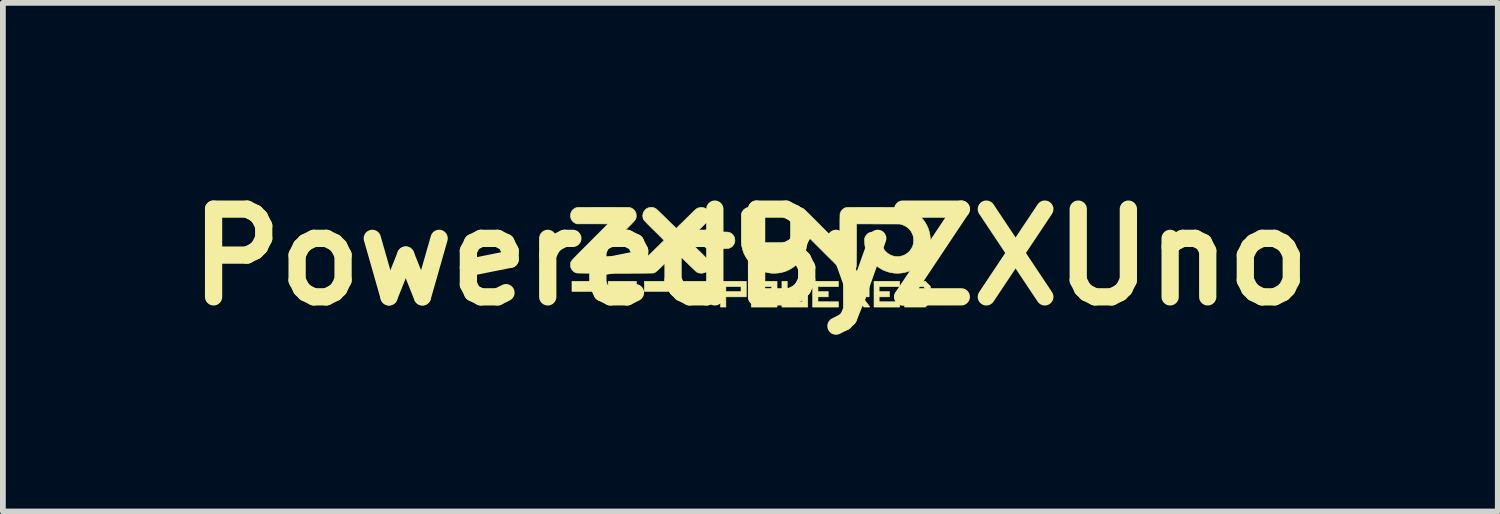
<source format=kicad_pcb>
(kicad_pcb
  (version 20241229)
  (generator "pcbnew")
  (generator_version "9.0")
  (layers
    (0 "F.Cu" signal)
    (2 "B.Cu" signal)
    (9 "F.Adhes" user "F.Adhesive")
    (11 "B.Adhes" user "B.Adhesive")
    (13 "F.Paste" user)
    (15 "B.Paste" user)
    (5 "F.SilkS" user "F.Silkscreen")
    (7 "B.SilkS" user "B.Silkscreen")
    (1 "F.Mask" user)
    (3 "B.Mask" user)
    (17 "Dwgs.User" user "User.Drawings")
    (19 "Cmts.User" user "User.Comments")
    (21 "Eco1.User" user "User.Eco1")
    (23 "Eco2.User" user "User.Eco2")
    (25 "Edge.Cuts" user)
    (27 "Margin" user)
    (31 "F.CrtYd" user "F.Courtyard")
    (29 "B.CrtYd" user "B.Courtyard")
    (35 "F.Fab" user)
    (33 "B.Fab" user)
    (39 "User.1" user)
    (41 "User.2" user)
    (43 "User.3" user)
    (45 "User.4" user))
  (footprint "PoweredByZXUno"
    (layer "F.Cu")
    (at 9.986 1.418)
    (property "Reference" "PoweredByZXUno" (at 0 0 0) (layer "F.SilkS") (effects (font (size 1.524 1.524) (thickness 0.3))))
    (attr through_hole)
    (fp_poly (pts (xy -2.61 0.594) (xy -3.099 0.594) (xy -3.099 0.419) (xy -2.61 0.419) (xy -2.61 0.594)) (stroke (width 0.01) (type solid)) (fill yes) (layer "F.SilkS"))
    (fp_poly (pts (xy -1.981 0.594) (xy -2.47 0.594) (xy -2.47 0.419) (xy -1.981 0.419) (xy -1.981 0.594)) (stroke (width 0.01) (type solid)) (fill yes) (layer "F.SilkS"))
    (fp_poly (pts (xy -1.353 0.594) (xy -1.841 0.594) (xy -1.841 0.419) (xy -1.353 0.419) (xy -1.353 0.594)) (stroke (width 0.01) (type solid)) (fill yes) (layer "F.SilkS"))
    (fp_poly (pts (xy -0.724 0.594) (xy -1.213 0.594) (xy -1.213 0.419) (xy -0.724 0.419) (xy -0.724 0.594)) (stroke (width 0.01) (type solid)) (fill yes) (layer "F.SilkS"))
    (fp_poly (pts (xy 0.464 0.867) (xy 0.016 0.867) (xy 0.016 0.511) (xy 0.108 0.511) (xy 0.108 0.775) (xy 0.371 0.775) (xy 0.371 0.511) (xy 0.108 0.511) (xy 0.016 0.511) (xy 0.016 0.419) (xy 0.464 0.419) (xy 0.464 0.867)) (stroke (width 0.01) (type solid)) (fill yes) (layer "F.SilkS"))
    (fp_poly (pts (xy 0.641 0.775) (xy 0.727 0.775) (xy 0.727 0.603) (xy 0.819 0.603) (xy 0.819 0.775) (xy 0.905 0.775) (xy 0.905 0.419) (xy 0.997 0.419) (xy 0.997 0.867) (xy 0.549 0.867) (xy 0.549 0.419) (xy 0.641 0.419) (xy 0.641 0.775)) (stroke (width 0.01) (type solid)) (fill yes) (layer "F.SilkS"))
    (fp_poly (pts (xy 1.53 0.511) (xy 1.175 0.511) (xy 1.175 0.597) (xy 1.353 0.597) (xy 1.353 0.689) (xy 1.175 0.689) (xy 1.175 0.775) (xy 1.53 0.775) (xy 1.53 0.867) (xy 1.083 0.867) (xy 1.083 0.419) (xy 1.53 0.419) (xy 1.53 0.511)) (stroke (width 0.01) (type solid)) (fill yes) (layer "F.SilkS"))
    (fp_poly (pts (xy 2.594 0.511) (xy 2.238 0.511) (xy 2.238 0.597) (xy 2.416 0.597) (xy 2.416 0.689) (xy 2.238 0.689) (xy 2.238 0.775) (xy 2.594 0.775) (xy 2.594 0.867) (xy 2.149 0.867) (xy 2.149 0.419) (xy 2.594 0.419) (xy 2.594 0.511)) (stroke (width 0.01) (type solid)) (fill yes) (layer "F.SilkS"))
    (fp_poly (pts (xy -0.07 0.689) (xy -0.425 0.689) (xy -0.425 0.867) (xy -0.518 0.867) (xy -0.518 0.511) (xy -0.425 0.511) (xy -0.425 0.597) (xy -0.162 0.597) (xy -0.162 0.511) (xy -0.425 0.511) (xy -0.518 0.511) (xy -0.518 0.419) (xy -0.07 0.419) (xy -0.07 0.689)) (stroke (width 0.01) (type solid)) (fill yes) (layer "F.SilkS"))
    (fp_poly (pts (xy 3.127 0.506) (xy 3.127 0.775) (xy 3.04 0.867) (xy 2.68 0.867) (xy 2.68 0.511) (xy 2.772 0.511) (xy 2.772 0.775) (xy 3.004 0.775) (xy 3.021 0.76) (xy 3.038 0.745) (xy 3.038 0.643) (xy 3.038 0.542) (xy 3.009 0.511) (xy 2.772 0.511) (xy 2.68 0.511) (xy 2.68 0.419) (xy 3.04 0.419) (xy 3.127 0.506)) (stroke (width 0.01) (type solid)) (fill yes) (layer "F.SilkS"))
    (fp_poly (pts (xy 2.064 0.689) (xy 1.946 0.691) (xy 2.011 0.777) (xy 2.026 0.798) (xy 2.041 0.816) (xy 2.053 0.833) (xy 2.063 0.847) (xy 2.071 0.857) (xy 2.075 0.864) (xy 2.076 0.865) (xy 2.073 0.866) (xy 2.065 0.866) (xy 2.053 0.867) (xy 2.037 0.867) (xy 2.024 0.867) (xy 1.972 0.867) (xy 1.909 0.779) (xy 1.846 0.691) (xy 1.777 0.69) (xy 1.708 0.689) (xy 1.708 0.867) (xy 1.616 0.867) (xy 1.616 0.511) (xy 1.708 0.511) (xy 1.708 0.597) (xy 1.972 0.597) (xy 1.972 0.511) (xy 1.708 0.511) (xy 1.616 0.511) (xy 1.616 0.419) (xy 2.064 0.419) (xy 2.064 0.689)) (stroke (width 0.01) (type solid)) (fill yes) (layer "F.SilkS"))
    (fp_poly (pts (xy -0.516 -0.438) (xy -0.485 -0.438) (xy -0.459 -0.438) (xy -0.437 -0.437) (xy -0.42 -0.437) (xy -0.406 -0.436) (xy -0.396 -0.436) (xy -0.387 -0.435) (xy -0.381 -0.434) (xy -0.378 -0.433) (xy -0.35 -0.424) (xy -0.325 -0.409) (xy -0.304 -0.389) (xy -0.287 -0.366) (xy -0.275 -0.339) (xy -0.27 -0.315) (xy -0.268 -0.287) (xy -0.272 -0.259) (xy -0.281 -0.232) (xy -0.296 -0.208) (xy -0.314 -0.187) (xy -0.336 -0.17) (xy -0.362 -0.158) (xy -0.378 -0.153) (xy -0.385 -0.152) (xy -0.397 -0.151) (xy -0.415 -0.151) (xy -0.438 -0.15) (xy -0.465 -0.15) (xy -0.497 -0.15) (xy -0.533 -0.149) (xy -0.557 -0.149) (xy -0.594 -0.15) (xy -0.625 -0.15) (xy -0.651 -0.15) (xy -0.673 -0.15) (xy -0.69 -0.15) (xy -0.704 -0.151) (xy -0.714 -0.151) (xy -0.723 -0.152) (xy -0.729 -0.153) (xy -0.735 -0.154) (xy -0.739 -0.155) (xy -0.74 -0.155) (xy -0.764 -0.165) (xy -0.785 -0.178) (xy -0.802 -0.194) (xy -0.821 -0.218) (xy -0.833 -0.244) (xy -0.84 -0.273) (xy -0.841 -0.292) (xy -0.838 -0.322) (xy -0.83 -0.35) (xy -0.816 -0.375) (xy -0.798 -0.397) (xy -0.775 -0.415) (xy -0.764 -0.421) (xy -0.75 -0.427) (xy -0.736 -0.432) (xy -0.724 -0.435) (xy -0.724 -0.435) (xy -0.717 -0.436) (xy -0.705 -0.436) (xy -0.687 -0.437) (xy -0.664 -0.437) (xy -0.638 -0.438) (xy -0.608 -0.438) (xy -0.576 -0.438) (xy -0.553 -0.438) (xy -0.516 -0.438)) (stroke (width 0.01) (type solid)) (fill yes) (layer "F.SilkS"))
    (fp_poly (pts (xy -2.505 -0.867) (xy -2.459 -0.867) (xy -2.413 -0.867) (xy -2.369 -0.867) (xy -2.326 -0.866) (xy -2.286 -0.866) (xy -2.249 -0.866) (xy -2.214 -0.866) (xy -2.184 -0.865) (xy -2.157 -0.865) (xy -2.135 -0.865) (xy -2.118 -0.864) (xy -2.106 -0.864) (xy -2.101 -0.864) (xy -2.072 -0.856) (xy -2.046 -0.842) (xy -2.023 -0.824) (xy -2.004 -0.801) (xy -2.003 -0.799) (xy -1.991 -0.776) (xy -1.984 -0.751) (xy -1.982 -0.723) (xy -1.982 -0.712) (xy -1.983 -0.697) (xy -1.985 -0.685) (xy -1.988 -0.674) (xy -1.994 -0.661) (xy -1.995 -0.658) (xy -1.997 -0.655) (xy -1.999 -0.651) (xy -2.001 -0.647) (xy -2.004 -0.643) (xy -2.008 -0.638) (xy -2.013 -0.633) (xy -2.019 -0.626) (xy -2.026 -0.617) (xy -2.036 -0.607) (xy -2.047 -0.596) (xy -2.06 -0.582) (xy -2.076 -0.565) (xy -2.095 -0.547) (xy -2.116 -0.525) (xy -2.141 -0.5) (xy -2.169 -0.472) (xy -2.2 -0.44) (xy -2.235 -0.405) (xy -2.275 -0.366) (xy -2.318 -0.322) (xy -2.319 -0.321) (xy -2.63 -0.01) (xy -1.786 -0.01) (xy -1.643 -0.15) (xy -1.618 -0.174) (xy -1.594 -0.198) (xy -1.572 -0.219) (xy -1.553 -0.239) (xy -1.535 -0.256) (xy -1.521 -0.27) (xy -1.51 -0.281) (xy -1.503 -0.288) (xy -1.499 -0.292) (xy -1.499 -0.292) (xy -1.501 -0.294) (xy -1.508 -0.301) (xy -1.518 -0.311) (xy -1.531 -0.325) (xy -1.548 -0.342) (xy -1.568 -0.362) (xy -1.59 -0.384) (xy -1.614 -0.408) (xy -1.64 -0.433) (xy -1.667 -0.46) (xy -1.671 -0.464) (xy -1.705 -0.497) (xy -1.734 -0.526) (xy -1.759 -0.551) (xy -1.781 -0.573) (xy -1.799 -0.592) (xy -1.815 -0.608) (xy -1.827 -0.622) (xy -1.837 -0.633) (xy -1.846 -0.643) (xy -1.852 -0.652) (xy -1.857 -0.66) (xy -1.86 -0.667) (xy -1.863 -0.674) (xy -1.864 -0.681) (xy -1.866 -0.689) (xy -1.867 -0.697) (xy -1.867 -0.697) (xy -1.869 -0.726) (xy -1.865 -0.753) (xy -1.856 -0.78) (xy -1.841 -0.805) (xy -1.823 -0.826) (xy -1.8 -0.844) (xy -1.79 -0.85) (xy -1.764 -0.86) (xy -1.736 -0.865) (xy -1.707 -0.865) (xy -1.68 -0.86) (xy -1.654 -0.85) (xy -1.637 -0.84) (xy -1.633 -0.836) (xy -1.624 -0.829) (xy -1.612 -0.817) (xy -1.596 -0.802) (xy -1.577 -0.784) (xy -1.556 -0.763) (xy -1.532 -0.741) (xy -1.507 -0.716) (xy -1.481 -0.69) (xy -1.456 -0.666) (xy -1.429 -0.639) (xy -1.403 -0.614) (xy -1.379 -0.59) (xy -1.357 -0.569) (xy -1.337 -0.55) (xy -1.32 -0.533) (xy -1.306 -0.52) (xy -1.295 -0.51) (xy -1.289 -0.504) (xy -1.286 -0.502) (xy -1.283 -0.505) (xy -1.277 -0.511) (xy -1.266 -0.521) (xy -1.252 -0.535) (xy -1.235 -0.552) (xy -1.215 -0.571) (xy -1.192 -0.593) (xy -1.168 -0.617) (xy -1.142 -0.642) (xy -1.115 -0.669) (xy -1.113 -0.67) (xy -1.081 -0.702) (xy -1.053 -0.729) (xy -1.029 -0.753) (xy -1.009 -0.773) (xy -0.992 -0.789) (xy -0.977 -0.803) (xy -0.965 -0.815) (xy -0.955 -0.824) (xy -0.947 -0.831) (xy -0.94 -0.837) (xy -0.934 -0.841) (xy -0.929 -0.844) (xy -0.924 -0.847) (xy -0.92 -0.849) (xy -0.89 -0.86) (xy -0.861 -0.865) (xy -0.831 -0.864) (xy -0.801 -0.856) (xy -0.785 -0.849) (xy -0.759 -0.833) (xy -0.738 -0.813) (xy -0.722 -0.789) (xy -0.711 -0.762) (xy -0.706 -0.732) (xy -0.706 -0.711) (xy -0.707 -0.695) (xy -0.709 -0.683) (xy -0.713 -0.671) (xy -0.719 -0.658) (xy -0.721 -0.653) (xy -0.724 -0.648) (xy -0.728 -0.643) (xy -0.732 -0.637) (xy -0.737 -0.63) (xy -0.744 -0.622) (xy -0.753 -0.613) (xy -0.765 -0.601) (xy -0.78 -0.586) (xy -0.797 -0.569) (xy -0.818 -0.548) (xy -0.843 -0.523) (xy -0.858 -0.508) (xy -0.884 -0.483) (xy -0.909 -0.458) (xy -0.934 -0.434) (xy -0.957 -0.411) (xy -0.979 -0.389) (xy -0.999 -0.37) (xy -1.015 -0.354) (xy -1.028 -0.342) (xy -1.031 -0.338) (xy -1.077 -0.293) (xy -0.906 -0.125) (xy -0.878 -0.098) (xy -0.852 -0.072) (xy -0.827 -0.047) (xy -0.804 -0.024) (xy -0.783 -0.002) (xy -0.765 0.016) (xy -0.75 0.032) (xy -0.738 0.044) (xy -0.73 0.053) (xy -0.726 0.057) (xy -0.726 0.057) (xy -0.715 0.08) (xy -0.708 0.106) (xy -0.705 0.134) (xy -0.707 0.161) (xy -0.708 0.168) (xy -0.716 0.191) (xy -0.729 0.214) (xy -0.746 0.235) (xy -0.765 0.252) (xy -0.78 0.262) (xy -0.809 0.273) (xy -0.838 0.278) (xy -0.868 0.278) (xy -0.897 0.273) (xy -0.924 0.262) (xy -0.936 0.255) (xy -0.94 0.251) (xy -0.949 0.243) (xy -0.961 0.232) (xy -0.976 0.217) (xy -0.995 0.199) (xy -1.016 0.179) (xy -1.039 0.156) (xy -1.065 0.132) (xy -1.091 0.106) (xy -1.118 0.08) (xy -1.287 -0.086) (xy -1.32 -0.053) (xy -1.365 -0.009) (xy -1.405 0.03) (xy -1.441 0.066) (xy -1.474 0.098) (xy -1.503 0.126) (xy -1.528 0.151) (xy -1.551 0.173) (xy -1.57 0.191) (xy -1.588 0.208) (xy -1.603 0.221) (xy -1.615 0.233) (xy -1.626 0.243) (xy -1.636 0.25) (xy -1.644 0.257) (xy -1.651 0.261) (xy -1.657 0.265) (xy -1.663 0.268) (xy -1.668 0.27) (xy -1.674 0.272) (xy -1.679 0.274) (xy -1.684 0.275) (xy -1.689 0.276) (xy -1.7 0.276) (xy -1.717 0.277) (xy -1.74 0.277) (xy -1.767 0.277) (xy -1.798 0.278) (xy -1.834 0.278) (xy -1.873 0.278) (xy -1.916 0.279) (xy -1.962 0.279) (xy -2.01 0.279) (xy -2.061 0.279) (xy -2.114 0.28) (xy -2.168 0.28) (xy -2.224 0.28) (xy -2.28 0.28) (xy -2.337 0.28) (xy -2.394 0.28) (xy -2.451 0.28) (xy -2.507 0.28) (xy -2.562 0.279) (xy -2.615 0.279) (xy -2.667 0.279) (xy -2.717 0.279) (xy -2.764 0.279) (xy -2.809 0.278) (xy -2.85 0.278) (xy -2.887 0.278) (xy -2.921 0.277) (xy -2.95 0.277) (xy -2.975 0.276) (xy -2.995 0.276) (xy -3.009 0.275) (xy -3.017 0.275) (xy -3.019 0.274) (xy -3.047 0.264) (xy -3.071 0.248) (xy -3.092 0.227) (xy -3.109 0.201) (xy -3.111 0.197) (xy -3.116 0.187) (xy -3.119 0.179) (xy -3.121 0.171) (xy -3.122 0.162) (xy -3.123 0.15) (xy -3.123 0.135) (xy -3.123 0.127) (xy -3.123 0.12) (xy -3.123 0.113) (xy -3.123 0.107) (xy -3.123 0.101) (xy -3.121 0.095) (xy -3.119 0.089) (xy -3.116 0.082) (xy -3.111 0.074) (xy -3.105 0.066) (xy -3.098 0.056) (xy -3.088 0.044) (xy -3.076 0.031) (xy -3.062 0.015) (xy -3.045 -0.002) (xy -3.025 -0.023) (xy -3.003 -0.046) (xy -2.977 -0.072) (xy -2.948 -0.101) (xy -2.915 -0.134) (xy -2.879 -0.17) (xy -2.838 -0.211) (xy -2.793 -0.256) (xy -2.788 -0.261) (xy -2.472 -0.578) (xy -2.745 -0.579) (xy -3.018 -0.579) (xy -3.04 -0.59) (xy -3.063 -0.603) (xy -3.082 -0.618) (xy -3.097 -0.635) (xy -3.1 -0.64) (xy -3.114 -0.665) (xy -3.121 -0.693) (xy -3.124 -0.721) (xy -3.122 -0.749) (xy -3.114 -0.776) (xy -3.102 -0.801) (xy -3.084 -0.823) (xy -3.061 -0.841) (xy -3.036 -0.855) (xy -3.008 -0.863) (xy -3.005 -0.864) (xy -2.999 -0.864) (xy -2.987 -0.864) (xy -2.97 -0.865) (xy -2.948 -0.865) (xy -2.921 -0.865) (xy -2.891 -0.866) (xy -2.856 -0.866) (xy -2.819 -0.866) (xy -2.778 -0.866) (xy -2.736 -0.867) (xy -2.692 -0.867) (xy -2.646 -0.867) (xy -2.599 -0.867) (xy -2.552 -0.867) (xy -2.505 -0.867)) (stroke (width 0.01) (type solid)) (fill yes) (layer "F.SilkS"))
    (fp_poly (pts (xy 2.193 -0.867) (xy 2.254 -0.867) (xy 2.31 -0.866) (xy 2.362 -0.866) (xy 2.41 -0.866) (xy 2.453 -0.866) (xy 2.492 -0.866) (xy 2.525 -0.865) (xy 2.553 -0.865) (xy 2.575 -0.865) (xy 2.591 -0.864) (xy 2.602 -0.864) (xy 2.603 -0.864) (xy 2.664 -0.855) (xy 2.722 -0.841) (xy 2.777 -0.821) (xy 2.83 -0.796) (xy 2.88 -0.766) (xy 2.926 -0.73) (xy 2.969 -0.69) (xy 3.007 -0.646) (xy 3.041 -0.597) (xy 3.07 -0.545) (xy 3.072 -0.541) (xy 3.093 -0.491) (xy 3.109 -0.441) (xy 3.12 -0.39) (xy 3.126 -0.336) (xy 3.127 -0.279) (xy 3.127 -0.275) (xy 3.123 -0.224) (xy 3.116 -0.177) (xy 3.106 -0.132) (xy 3.09 -0.087) (xy 3.072 -0.045) (xy 3.05 -0.004) (xy 3.026 0.033) (xy 2.999 0.069) (xy 2.968 0.104) (xy 2.949 0.122) (xy 2.914 0.153) (xy 2.879 0.179) (xy 2.842 0.203) (xy 2.811 0.219) (xy 2.756 0.243) (xy 2.699 0.261) (xy 2.641 0.273) (xy 2.582 0.279) (xy 2.523 0.279) (xy 2.465 0.272) (xy 2.407 0.26) (xy 2.35 0.241) (xy 2.308 0.223) (xy 2.258 0.196) (xy 2.21 0.164) (xy 2.167 0.127) (xy 2.127 0.086) (xy 2.092 0.042) (xy 2.061 -0.005) (xy 2.035 -0.055) (xy 2.014 -0.106) (xy 1.999 -0.16) (xy 1.989 -0.215) (xy 1.985 -0.27) (xy 1.985 -0.29) (xy 1.985 -0.307) (xy 1.986 -0.32) (xy 1.987 -0.329) (xy 1.989 -0.337) (xy 1.993 -0.345) (xy 1.997 -0.355) (xy 1.998 -0.356) (xy 2.014 -0.382) (xy 2.034 -0.403) (xy 2.057 -0.419) (xy 2.083 -0.43) (xy 2.11 -0.436) (xy 2.139 -0.437) (xy 2.167 -0.432) (xy 2.192 -0.422) (xy 2.208 -0.413) (xy 2.225 -0.399) (xy 2.24 -0.384) (xy 2.251 -0.369) (xy 2.252 -0.368) (xy 2.259 -0.353) (xy 2.265 -0.336) (xy 2.269 -0.315) (xy 2.272 -0.289) (xy 2.273 -0.282) (xy 2.276 -0.256) (xy 2.279 -0.234) (xy 2.283 -0.216) (xy 2.289 -0.198) (xy 2.297 -0.178) (xy 2.299 -0.175) (xy 2.319 -0.139) (xy 2.344 -0.106) (xy 2.374 -0.077) (xy 2.406 -0.053) (xy 2.442 -0.034) (xy 2.48 -0.02) (xy 2.52 -0.012) (xy 2.556 -0.01) (xy 2.597 -0.013) (xy 2.636 -0.022) (xy 2.674 -0.036) (xy 2.71 -0.056) (xy 2.742 -0.08) (xy 2.771 -0.109) (xy 2.795 -0.142) (xy 2.809 -0.167) (xy 2.823 -0.198) (xy 2.831 -0.228) (xy 2.836 -0.261) (xy 2.838 -0.28) (xy 2.837 -0.322) (xy 2.831 -0.361) (xy 2.819 -0.398) (xy 2.801 -0.433) (xy 2.795 -0.445) (xy 2.769 -0.479) (xy 2.738 -0.509) (xy 2.704 -0.534) (xy 2.666 -0.554) (xy 2.624 -0.569) (xy 2.624 -0.569) (xy 2.599 -0.576) (xy 1.845 -0.578) (xy 1.845 -0.216) (xy 1.845 -0.154) (xy 1.845 -0.098) (xy 1.844 -0.046) (xy 1.844 0.000162) (xy 1.844 0.041) (xy 1.844 0.076) (xy 1.843 0.105) (xy 1.843 0.129) (xy 1.842 0.146) (xy 1.842 0.158) (xy 1.841 0.162) (xy 1.834 0.187) (xy 1.822 0.211) (xy 1.807 0.232) (xy 1.789 0.25) (xy 1.772 0.261) (xy 1.744 0.273) (xy 1.715 0.279) (xy 1.686 0.279) (xy 1.657 0.273) (xy 1.641 0.267) (xy 1.638 0.265) (xy 1.635 0.264) (xy 1.631 0.262) (xy 1.627 0.259) (xy 1.623 0.256) (xy 1.617 0.251) (xy 1.611 0.246) (xy 1.603 0.239) (xy 1.594 0.23) (xy 1.582 0.219) (xy 1.569 0.206) (xy 1.553 0.191) (xy 1.535 0.173) (xy 1.514 0.153) (xy 1.49 0.129) (xy 1.463 0.102) (xy 1.433 0.071) (xy 1.398 0.037) (xy 1.36 -0.001) (xy 1.318 -0.043) (xy 1.303 -0.058) (xy 0.987 -0.373) (xy 0.987 -0.316) (xy 0.987 -0.272) (xy 0.984 -0.233) (xy 0.98 -0.198) (xy 0.973 -0.164) (xy 0.964 -0.129) (xy 0.957 -0.109) (xy 0.936 -0.055) (xy 0.909 -0.003) (xy 0.877 0.046) (xy 0.84 0.091) (xy 0.798 0.132) (xy 0.753 0.169) (xy 0.704 0.201) (xy 0.665 0.222) (xy 0.61 0.246) (xy 0.553 0.263) (xy 0.496 0.274) (xy 0.437 0.279) (xy 0.412 0.279) (xy 0.395 0.279) (xy 0.38 0.278) (xy 0.368 0.278) (xy 0.361 0.277) (xy 0.36 0.277) (xy 0.309 0.27) (xy 0.262 0.259) (xy 0.217 0.244) (xy 0.172 0.226) (xy 0.156 0.218) (xy 0.105 0.188) (xy 0.057 0.154) (xy 0.013 0.115) (xy -0.026 0.072) (xy -0.061 0.025) (xy -0.091 -0.025) (xy -0.116 -0.078) (xy -0.135 -0.135) (xy -0.149 -0.193) (xy -0.151 -0.207) (xy -0.153 -0.214) (xy -0.153 -0.221) (xy -0.154 -0.23) (xy -0.155 -0.239) (xy -0.155 -0.251) (xy -0.156 -0.264) (xy -0.156 -0.281) (xy -0.157 -0.3) (xy -0.157 -0.323) (xy -0.157 -0.35) (xy -0.157 -0.382) (xy -0.157 -0.419) (xy -0.157 -0.462) (xy -0.157 -0.495) (xy -0.157 -0.748) (xy -0.15 -0.768) (xy -0.136 -0.796) (xy -0.119 -0.819) (xy -0.098 -0.838) (xy -0.073 -0.853) (xy -0.047 -0.862) (xy -0.019 -0.866) (xy 0.011 -0.863) (xy 0.015 -0.862) (xy 0.044 -0.853) (xy 0.07 -0.839) (xy 0.093 -0.82) (xy 0.11 -0.797) (xy 0.121 -0.776) (xy 0.129 -0.757) (xy 0.13 -0.505) (xy 0.131 -0.459) (xy 0.131 -0.419) (xy 0.131 -0.384) (xy 0.132 -0.354) (xy 0.132 -0.329) (xy 0.132 -0.308) (xy 0.133 -0.291) (xy 0.133 -0.277) (xy 0.133 -0.265) (xy 0.134 -0.256) (xy 0.135 -0.248) (xy 0.136 -0.242) (xy 0.137 -0.237) (xy 0.138 -0.233) (xy 0.139 -0.228) (xy 0.139 -0.228) (xy 0.154 -0.185) (xy 0.173 -0.146) (xy 0.198 -0.112) (xy 0.226 -0.082) (xy 0.259 -0.057) (xy 0.296 -0.036) (xy 0.338 -0.021) (xy 0.339 -0.02) (xy 0.351 -0.017) (xy 0.362 -0.014) (xy 0.373 -0.013) (xy 0.387 -0.012) (xy 0.404 -0.011) (xy 0.413 -0.011) (xy 0.433 -0.011) (xy 0.449 -0.012) (xy 0.461 -0.013) (xy 0.473 -0.015) (xy 0.484 -0.018) (xy 0.525 -0.033) (xy 0.563 -0.052) (xy 0.597 -0.077) (xy 0.627 -0.106) (xy 0.652 -0.139) (xy 0.673 -0.176) (xy 0.688 -0.218) (xy 0.69 -0.222) (xy 0.691 -0.227) (xy 0.692 -0.231) (xy 0.693 -0.236) (xy 0.694 -0.242) (xy 0.695 -0.249) (xy 0.695 -0.258) (xy 0.696 -0.269) (xy 0.696 -0.283) (xy 0.697 -0.3) (xy 0.697 -0.321) (xy 0.697 -0.345) (xy 0.697 -0.374) (xy 0.698 -0.408) (xy 0.698 -0.448) (xy 0.698 -0.493) (xy 0.698 -0.5) (xy 0.7 -0.754) (xy 0.707 -0.772) (xy 0.722 -0.799) (xy 0.74 -0.822) (xy 0.762 -0.841) (xy 0.786 -0.854) (xy 0.813 -0.863) (xy 0.841 -0.866) (xy 0.87 -0.863) (xy 0.899 -0.854) (xy 0.908 -0.85) (xy 0.911 -0.849) (xy 0.915 -0.847) (xy 0.919 -0.844) (xy 0.924 -0.84) (xy 0.93 -0.835) (xy 0.937 -0.829) (xy 0.946 -0.821) (xy 0.956 -0.811) (xy 0.968 -0.799) (xy 0.983 -0.785) (xy 1 -0.768) (xy 1.02 -0.749) (xy 1.043 -0.726) (xy 1.069 -0.701) (xy 1.098 -0.672) (xy 1.131 -0.639) (xy 1.167 -0.602) (xy 1.208 -0.562) (xy 1.242 -0.527) (xy 1.556 -0.214) (xy 1.556 -0.478) (xy 1.556 -0.529) (xy 1.556 -0.575) (xy 1.556 -0.616) (xy 1.556 -0.653) (xy 1.557 -0.684) (xy 1.557 -0.71) (xy 1.558 -0.73) (xy 1.558 -0.745) (xy 1.559 -0.754) (xy 1.559 -0.755) (xy 1.567 -0.779) (xy 1.581 -0.803) (xy 1.598 -0.823) (xy 1.618 -0.841) (xy 1.632 -0.849) (xy 1.636 -0.852) (xy 1.641 -0.854) (xy 1.645 -0.856) (xy 1.65 -0.857) (xy 1.655 -0.859) (xy 1.662 -0.86) (xy 1.669 -0.862) (xy 1.678 -0.863) (xy 1.69 -0.863) (xy 1.703 -0.864) (xy 1.719 -0.865) (xy 1.738 -0.865) (xy 1.761 -0.866) (xy 1.787 -0.866) (xy 1.817 -0.866) (xy 1.851 -0.866) (xy 1.889 -0.867) (xy 1.933 -0.867) (xy 1.981 -0.867) (xy 2.036 -0.867) (xy 2.096 -0.867) (xy 2.129 -0.867) (xy 2.193 -0.867)) (stroke (width 0.01) (type solid)) (fill yes) (layer "F.SilkS")))
  (gr_rect
    (start -3 -3)
    (end 22.972 5.836)
    (stroke (width 0.1) (type default))
    (fill no)
    (layer "Edge.Cuts")))
</source>
